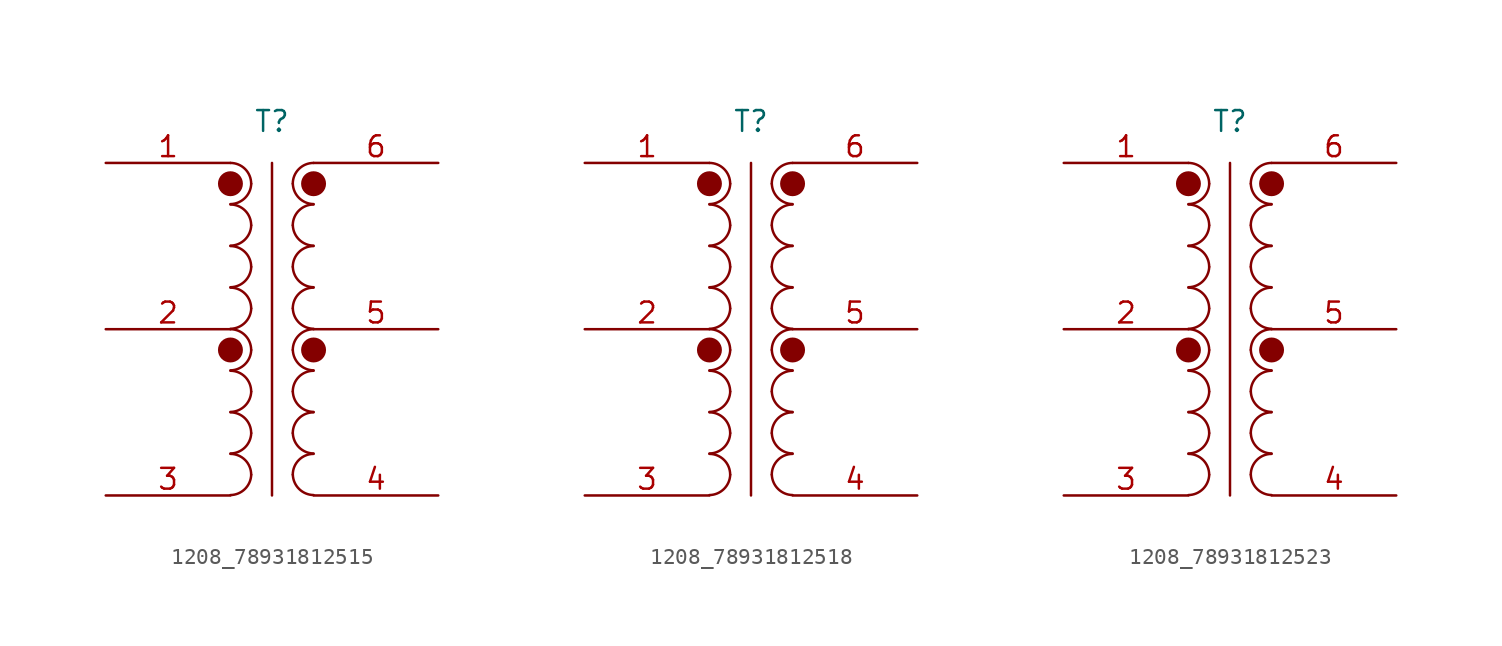
<source format=kicad_sym>
(kicad_symbol_lib
  (version 20220914)
  (generator kicad_symbol_editor)
  (symbol "1208_78931812515"
    (pin_names hide)
    (property "Reference" "T"
      (at 0 12.7 0)
      (effects (font (size 1.27 1.27))))
    (property "Critical Parameter" ""
      (at 0 -5.08 0)
      (effects (font (size 1.27 1.27)) (justify left)))
    (symbol "1208_78931812515_0_1"
      (arc (start -2.54 -10.1346) (mid -1.6561 -9.7663) (end -1.27 -8.89) (stroke (width 0) (type default)) (fill (type none)))
      (arc (start -2.54 -7.5946) (mid -1.6561 -7.2263) (end -1.27 -6.35) (stroke (width 0) (type default)) (fill (type none)))
      (arc (start -2.54 -5.0546) (mid -1.6561 -4.6863) (end -1.27 -3.81) (stroke (width 0) (type default)) (fill (type none)))
      (arc (start -2.54 -2.5146) (mid -1.6561 -2.1463) (end -1.27 -1.27) (stroke (width 0) (type default)) (fill (type none)))
      (arc (start -2.54 0.0254) (mid -1.6561 0.3937) (end -1.27 1.27) (stroke (width 0) (type default)) (fill (type none)))
      (arc (start -2.54 2.5654) (mid -1.6561 2.9337) (end -1.27 3.81) (stroke (width 0) (type default)) (fill (type none)))
      (arc (start -2.54 5.1054) (mid -1.6561 5.4737) (end -1.27 6.35) (stroke (width 0) (type default)) (fill (type none)))
      (arc (start -2.54 7.6454) (mid -1.6561 8.0137) (end -1.27 8.89) (stroke (width 0) (type default)) (fill (type none)))
      (arc (start -1.27 -8.89) (mid -1.642 -7.992) (end -2.54 -7.62) (stroke (width 0) (type default)) (fill (type none)))
      (arc (start -1.27 -6.35) (mid -1.642 -5.452) (end -2.54 -5.08) (stroke (width 0) (type default)) (fill (type none)))
      (arc (start -1.27 -3.81) (mid -1.642 -2.912) (end -2.54 -2.54) (stroke (width 0) (type default)) (fill (type none)))
      (arc (start -1.27 -1.27) (mid -1.642 -0.372) (end -2.54 0) (stroke (width 0) (type default)) (fill (type none)))
      (arc (start -1.27 1.27) (mid -1.642 2.168) (end -2.54 2.54) (stroke (width 0) (type default)) (fill (type none)))
      (arc (start -1.27 3.81) (mid -1.642 4.708) (end -2.54 5.08) (stroke (width 0) (type default)) (fill (type none)))
      (arc (start -1.27 6.35) (mid -1.642 7.248) (end -2.54 7.62) (stroke (width 0) (type default)) (fill (type none)))
      (arc (start -1.27 8.89) (mid -1.642 9.788) (end -2.54 10.16) (stroke (width 0) (type default)) (fill (type none)))
      (polyline (pts (xy 0 -10.16) (xy 0 10.16)) (stroke (width 0) (type default)) (fill (type none)))
      (arc (start 1.27 -8.89) (mid 1.6561 -9.7663) (end 2.54 -10.1346) (stroke (width 0) (type default)) (fill (type none)))
      (arc (start 1.27 -6.35) (mid 1.6561 -7.2263) (end 2.54 -7.5946) (stroke (width 0) (type default)) (fill (type none)))
      (arc (start 1.27 -3.81) (mid 1.6561 -4.6863) (end 2.54 -5.0546) (stroke (width 0) (type default)) (fill (type none)))
      (arc (start 1.27 -1.27) (mid 1.6561 -2.1463) (end 2.54 -2.5146) (stroke (width 0) (type default)) (fill (type none)))
      (arc (start 1.27 1.27) (mid 1.6561 0.3937) (end 2.54 0.0254) (stroke (width 0) (type default)) (fill (type none)))
      (arc (start 1.27 3.81) (mid 1.6561 2.9337) (end 2.54 2.5654) (stroke (width 0) (type default)) (fill (type none)))
      (arc (start 1.27 6.35) (mid 1.6561 5.4737) (end 2.54 5.1054) (stroke (width 0) (type default)) (fill (type none)))
      (arc (start 1.27 8.89) (mid 1.6561 8.0137) (end 2.54 7.6454) (stroke (width 0) (type default)) (fill (type none)))
      (arc (start 2.54 -7.62) (mid 1.642 -7.992) (end 1.27 -8.89) (stroke (width 0) (type default)) (fill (type none)))
      (arc (start 2.54 -5.08) (mid 1.642 -5.452) (end 1.27 -6.35) (stroke (width 0) (type default)) (fill (type none)))
      (arc (start 2.54 -2.54) (mid 1.642 -2.912) (end 1.27 -3.81) (stroke (width 0) (type default)) (fill (type none)))
      (arc (start 2.54 0) (mid 1.642 -0.372) (end 1.27 -1.27) (stroke (width 0) (type default)) (fill (type none)))
      (arc (start 2.54 2.54) (mid 1.642 2.168) (end 1.27 1.27) (stroke (width 0) (type default)) (fill (type none)))
      (arc (start 2.54 5.08) (mid 1.642 4.708) (end 1.27 3.81) (stroke (width 0) (type default)) (fill (type none)))
      (arc (start 2.54 7.62) (mid 1.642 7.248) (end 1.27 6.35) (stroke (width 0) (type default)) (fill (type none)))
      (arc (start 2.54 10.16) (mid 1.642 9.788) (end 1.27 8.89) (stroke (width 0) (type default)) (fill (type none))))
    (symbol "1208_78931812515_1_1"
      (circle (center -2.54 -1.27) (radius 0.0001) (stroke (width 0.762) (type default)) (fill (type none)))
      (circle (center -2.54 8.89) (radius 0.0001) (stroke (width 0.762) (type default)) (fill (type none)))
      (circle (center 2.54 -1.27) (radius 0.0001) (stroke (width 0.762) (type default)) (fill (type none)))
      (circle (center 2.54 8.89) (radius 0.0001) (stroke (width 0.762) (type default)) (fill (type none)))
      (pin passive line (at -10.16 10.16 0) (length 7.62) (name "1" (effects (font (size 1.27 1.27)))) (number "1" (effects (font (size 1.27 1.27)))))
      (pin passive line (at -10.16 0 0) (length 7.62) (name "2" (effects (font (size 1.27 1.27)))) (number "2" (effects (font (size 1.27 1.27)))))
      (pin passive line (at -10.16 -10.16 0) (length 7.62) (name "3" (effects (font (size 1.27 1.27)))) (number "3" (effects (font (size 1.27 1.27)))))
      (pin passive line (at 10.16 -10.16 180) (length 7.62) (name "4" (effects (font (size 1.27 1.27)))) (number "4" (effects (font (size 1.27 1.27)))))
      (pin passive line (at 10.16 0 180) (length 7.62) (name "5" (effects (font (size 1.27 1.27)))) (number "5" (effects (font (size 1.27 1.27)))))
      (pin passive line (at 10.16 10.16 180) (length 7.62) (name "6" (effects (font (size 1.27 1.27)))) (number "6" (effects (font (size 1.27 1.27)))))))
  (symbol "1208_78931812518"
    (pin_names hide)
    (property "Reference" "T"
      (at 0 12.7 0)
      (effects (font (size 1.27 1.27))))
    (property "Critical Parameter" ""
      (at 0 -5.08 0)
      (effects (font (size 1.27 1.27)) (justify left)))
    (symbol "1208_78931812518_0_1"
      (arc (start -2.54 -10.1346) (mid -1.6561 -9.7663) (end -1.27 -8.89) (stroke (width 0) (type default)) (fill (type none)))
      (arc (start -2.54 -7.5946) (mid -1.6561 -7.2263) (end -1.27 -6.35) (stroke (width 0) (type default)) (fill (type none)))
      (arc (start -2.54 -5.0546) (mid -1.6561 -4.6863) (end -1.27 -3.81) (stroke (width 0) (type default)) (fill (type none)))
      (arc (start -2.54 -2.5146) (mid -1.6561 -2.1463) (end -1.27 -1.27) (stroke (width 0) (type default)) (fill (type none)))
      (arc (start -2.54 0.0254) (mid -1.6561 0.3937) (end -1.27 1.27) (stroke (width 0) (type default)) (fill (type none)))
      (arc (start -2.54 2.5654) (mid -1.6561 2.9337) (end -1.27 3.81) (stroke (width 0) (type default)) (fill (type none)))
      (arc (start -2.54 5.1054) (mid -1.6561 5.4737) (end -1.27 6.35) (stroke (width 0) (type default)) (fill (type none)))
      (arc (start -2.54 7.6454) (mid -1.6561 8.0137) (end -1.27 8.89) (stroke (width 0) (type default)) (fill (type none)))
      (arc (start -1.27 -8.89) (mid -1.642 -7.992) (end -2.54 -7.62) (stroke (width 0) (type default)) (fill (type none)))
      (arc (start -1.27 -6.35) (mid -1.642 -5.452) (end -2.54 -5.08) (stroke (width 0) (type default)) (fill (type none)))
      (arc (start -1.27 -3.81) (mid -1.642 -2.912) (end -2.54 -2.54) (stroke (width 0) (type default)) (fill (type none)))
      (arc (start -1.27 -1.27) (mid -1.642 -0.372) (end -2.54 0) (stroke (width 0) (type default)) (fill (type none)))
      (arc (start -1.27 1.27) (mid -1.642 2.168) (end -2.54 2.54) (stroke (width 0) (type default)) (fill (type none)))
      (arc (start -1.27 3.81) (mid -1.642 4.708) (end -2.54 5.08) (stroke (width 0) (type default)) (fill (type none)))
      (arc (start -1.27 6.35) (mid -1.642 7.248) (end -2.54 7.62) (stroke (width 0) (type default)) (fill (type none)))
      (arc (start -1.27 8.89) (mid -1.642 9.788) (end -2.54 10.16) (stroke (width 0) (type default)) (fill (type none)))
      (polyline (pts (xy 0 -10.16) (xy 0 10.16)) (stroke (width 0) (type default)) (fill (type none)))
      (arc (start 1.27 -8.89) (mid 1.6561 -9.7663) (end 2.54 -10.1346) (stroke (width 0) (type default)) (fill (type none)))
      (arc (start 1.27 -6.35) (mid 1.6561 -7.2263) (end 2.54 -7.5946) (stroke (width 0) (type default)) (fill (type none)))
      (arc (start 1.27 -3.81) (mid 1.6561 -4.6863) (end 2.54 -5.0546) (stroke (width 0) (type default)) (fill (type none)))
      (arc (start 1.27 -1.27) (mid 1.6561 -2.1463) (end 2.54 -2.5146) (stroke (width 0) (type default)) (fill (type none)))
      (arc (start 1.27 1.27) (mid 1.6561 0.3937) (end 2.54 0.0254) (stroke (width 0) (type default)) (fill (type none)))
      (arc (start 1.27 3.81) (mid 1.6561 2.9337) (end 2.54 2.5654) (stroke (width 0) (type default)) (fill (type none)))
      (arc (start 1.27 6.35) (mid 1.6561 5.4737) (end 2.54 5.1054) (stroke (width 0) (type default)) (fill (type none)))
      (arc (start 1.27 8.89) (mid 1.6561 8.0137) (end 2.54 7.6454) (stroke (width 0) (type default)) (fill (type none)))
      (arc (start 2.54 -7.62) (mid 1.642 -7.992) (end 1.27 -8.89) (stroke (width 0) (type default)) (fill (type none)))
      (arc (start 2.54 -5.08) (mid 1.642 -5.452) (end 1.27 -6.35) (stroke (width 0) (type default)) (fill (type none)))
      (arc (start 2.54 -2.54) (mid 1.642 -2.912) (end 1.27 -3.81) (stroke (width 0) (type default)) (fill (type none)))
      (arc (start 2.54 0) (mid 1.642 -0.372) (end 1.27 -1.27) (stroke (width 0) (type default)) (fill (type none)))
      (arc (start 2.54 2.54) (mid 1.642 2.168) (end 1.27 1.27) (stroke (width 0) (type default)) (fill (type none)))
      (arc (start 2.54 5.08) (mid 1.642 4.708) (end 1.27 3.81) (stroke (width 0) (type default)) (fill (type none)))
      (arc (start 2.54 7.62) (mid 1.642 7.248) (end 1.27 6.35) (stroke (width 0) (type default)) (fill (type none)))
      (arc (start 2.54 10.16) (mid 1.642 9.788) (end 1.27 8.89) (stroke (width 0) (type default)) (fill (type none))))
    (symbol "1208_78931812518_1_1"
      (circle (center -2.54 -1.27) (radius 0.0001) (stroke (width 0.762) (type default)) (fill (type none)))
      (circle (center -2.54 8.89) (radius 0.0001) (stroke (width 0.762) (type default)) (fill (type none)))
      (circle (center 2.54 -1.27) (radius 0.0001) (stroke (width 0.762) (type default)) (fill (type none)))
      (circle (center 2.54 8.89) (radius 0.0001) (stroke (width 0.762) (type default)) (fill (type none)))
      (pin passive line (at -10.16 10.16 0) (length 7.62) (name "1" (effects (font (size 1.27 1.27)))) (number "1" (effects (font (size 1.27 1.27)))))
      (pin passive line (at -10.16 0 0) (length 7.62) (name "2" (effects (font (size 1.27 1.27)))) (number "2" (effects (font (size 1.27 1.27)))))
      (pin passive line (at -10.16 -10.16 0) (length 7.62) (name "3" (effects (font (size 1.27 1.27)))) (number "3" (effects (font (size 1.27 1.27)))))
      (pin passive line (at 10.16 -10.16 180) (length 7.62) (name "4" (effects (font (size 1.27 1.27)))) (number "4" (effects (font (size 1.27 1.27)))))
      (pin passive line (at 10.16 0 180) (length 7.62) (name "5" (effects (font (size 1.27 1.27)))) (number "5" (effects (font (size 1.27 1.27)))))
      (pin passive line (at 10.16 10.16 180) (length 7.62) (name "6" (effects (font (size 1.27 1.27)))) (number "6" (effects (font (size 1.27 1.27)))))))
  (symbol "1208_78931812523"
    (pin_names hide)
    (property "Reference" "T"
      (at 0 12.7 0)
      (effects (font (size 1.27 1.27))))
    (property "Critical Parameter" ""
      (at 0 -5.08 0)
      (effects (font (size 1.27 1.27)) (justify left)))
    (symbol "1208_78931812523_0_1"
      (arc (start -2.54 -10.1346) (mid -1.6561 -9.7663) (end -1.27 -8.89) (stroke (width 0) (type default)) (fill (type none)))
      (arc (start -2.54 -7.5946) (mid -1.6561 -7.2263) (end -1.27 -6.35) (stroke (width 0) (type default)) (fill (type none)))
      (arc (start -2.54 -5.0546) (mid -1.6561 -4.6863) (end -1.27 -3.81) (stroke (width 0) (type default)) (fill (type none)))
      (arc (start -2.54 -2.5146) (mid -1.6561 -2.1463) (end -1.27 -1.27) (stroke (width 0) (type default)) (fill (type none)))
      (arc (start -2.54 0.0254) (mid -1.6561 0.3937) (end -1.27 1.27) (stroke (width 0) (type default)) (fill (type none)))
      (arc (start -2.54 2.5654) (mid -1.6561 2.9337) (end -1.27 3.81) (stroke (width 0) (type default)) (fill (type none)))
      (arc (start -2.54 5.1054) (mid -1.6561 5.4737) (end -1.27 6.35) (stroke (width 0) (type default)) (fill (type none)))
      (arc (start -2.54 7.6454) (mid -1.6561 8.0137) (end -1.27 8.89) (stroke (width 0) (type default)) (fill (type none)))
      (arc (start -1.27 -8.89) (mid -1.642 -7.992) (end -2.54 -7.62) (stroke (width 0) (type default)) (fill (type none)))
      (arc (start -1.27 -6.35) (mid -1.642 -5.452) (end -2.54 -5.08) (stroke (width 0) (type default)) (fill (type none)))
      (arc (start -1.27 -3.81) (mid -1.642 -2.912) (end -2.54 -2.54) (stroke (width 0) (type default)) (fill (type none)))
      (arc (start -1.27 -1.27) (mid -1.642 -0.372) (end -2.54 0) (stroke (width 0) (type default)) (fill (type none)))
      (arc (start -1.27 1.27) (mid -1.642 2.168) (end -2.54 2.54) (stroke (width 0) (type default)) (fill (type none)))
      (arc (start -1.27 3.81) (mid -1.642 4.708) (end -2.54 5.08) (stroke (width 0) (type default)) (fill (type none)))
      (arc (start -1.27 6.35) (mid -1.642 7.248) (end -2.54 7.62) (stroke (width 0) (type default)) (fill (type none)))
      (arc (start -1.27 8.89) (mid -1.642 9.788) (end -2.54 10.16) (stroke (width 0) (type default)) (fill (type none)))
      (polyline (pts (xy 0 -10.16) (xy 0 10.16)) (stroke (width 0) (type default)) (fill (type none)))
      (arc (start 1.27 -8.89) (mid 1.6561 -9.7663) (end 2.54 -10.1346) (stroke (width 0) (type default)) (fill (type none)))
      (arc (start 1.27 -6.35) (mid 1.6561 -7.2263) (end 2.54 -7.5946) (stroke (width 0) (type default)) (fill (type none)))
      (arc (start 1.27 -3.81) (mid 1.6561 -4.6863) (end 2.54 -5.0546) (stroke (width 0) (type default)) (fill (type none)))
      (arc (start 1.27 -1.27) (mid 1.6561 -2.1463) (end 2.54 -2.5146) (stroke (width 0) (type default)) (fill (type none)))
      (arc (start 1.27 1.27) (mid 1.6561 0.3937) (end 2.54 0.0254) (stroke (width 0) (type default)) (fill (type none)))
      (arc (start 1.27 3.81) (mid 1.6561 2.9337) (end 2.54 2.5654) (stroke (width 0) (type default)) (fill (type none)))
      (arc (start 1.27 6.35) (mid 1.6561 5.4737) (end 2.54 5.1054) (stroke (width 0) (type default)) (fill (type none)))
      (arc (start 1.27 8.89) (mid 1.6561 8.0137) (end 2.54 7.6454) (stroke (width 0) (type default)) (fill (type none)))
      (arc (start 2.54 -7.62) (mid 1.642 -7.992) (end 1.27 -8.89) (stroke (width 0) (type default)) (fill (type none)))
      (arc (start 2.54 -5.08) (mid 1.642 -5.452) (end 1.27 -6.35) (stroke (width 0) (type default)) (fill (type none)))
      (arc (start 2.54 -2.54) (mid 1.642 -2.912) (end 1.27 -3.81) (stroke (width 0) (type default)) (fill (type none)))
      (arc (start 2.54 0) (mid 1.642 -0.372) (end 1.27 -1.27) (stroke (width 0) (type default)) (fill (type none)))
      (arc (start 2.54 2.54) (mid 1.642 2.168) (end 1.27 1.27) (stroke (width 0) (type default)) (fill (type none)))
      (arc (start 2.54 5.08) (mid 1.642 4.708) (end 1.27 3.81) (stroke (width 0) (type default)) (fill (type none)))
      (arc (start 2.54 7.62) (mid 1.642 7.248) (end 1.27 6.35) (stroke (width 0) (type default)) (fill (type none)))
      (arc (start 2.54 10.16) (mid 1.642 9.788) (end 1.27 8.89) (stroke (width 0) (type default)) (fill (type none))))
    (symbol "1208_78931812523_1_1"
      (circle (center -2.54 -1.27) (radius 0.0001) (stroke (width 0.762) (type default)) (fill (type none)))
      (circle (center -2.54 8.89) (radius 0.0001) (stroke (width 0.762) (type default)) (fill (type none)))
      (circle (center 2.54 -1.27) (radius 0.0001) (stroke (width 0.762) (type default)) (fill (type none)))
      (circle (center 2.54 8.89) (radius 0.0001) (stroke (width 0.762) (type default)) (fill (type none)))
      (pin passive line (at -10.16 10.16 0) (length 7.62) (name "1" (effects (font (size 1.27 1.27)))) (number "1" (effects (font (size 1.27 1.27)))))
      (pin passive line (at -10.16 0 0) (length 7.62) (name "2" (effects (font (size 1.27 1.27)))) (number "2" (effects (font (size 1.27 1.27)))))
      (pin passive line (at -10.16 -10.16 0) (length 7.62) (name "3" (effects (font (size 1.27 1.27)))) (number "3" (effects (font (size 1.27 1.27)))))
      (pin passive line (at 10.16 -10.16 180) (length 7.62) (name "4" (effects (font (size 1.27 1.27)))) (number "4" (effects (font (size 1.27 1.27)))))
      (pin passive line (at 10.16 0 180) (length 7.62) (name "5" (effects (font (size 1.27 1.27)))) (number "5" (effects (font (size 1.27 1.27)))))
      (pin passive line (at 10.16 10.16 180) (length 7.62) (name "6" (effects (font (size 1.27 1.27)))) (number "6" (effects (font (size 1.27 1.27))))))))
</source>
